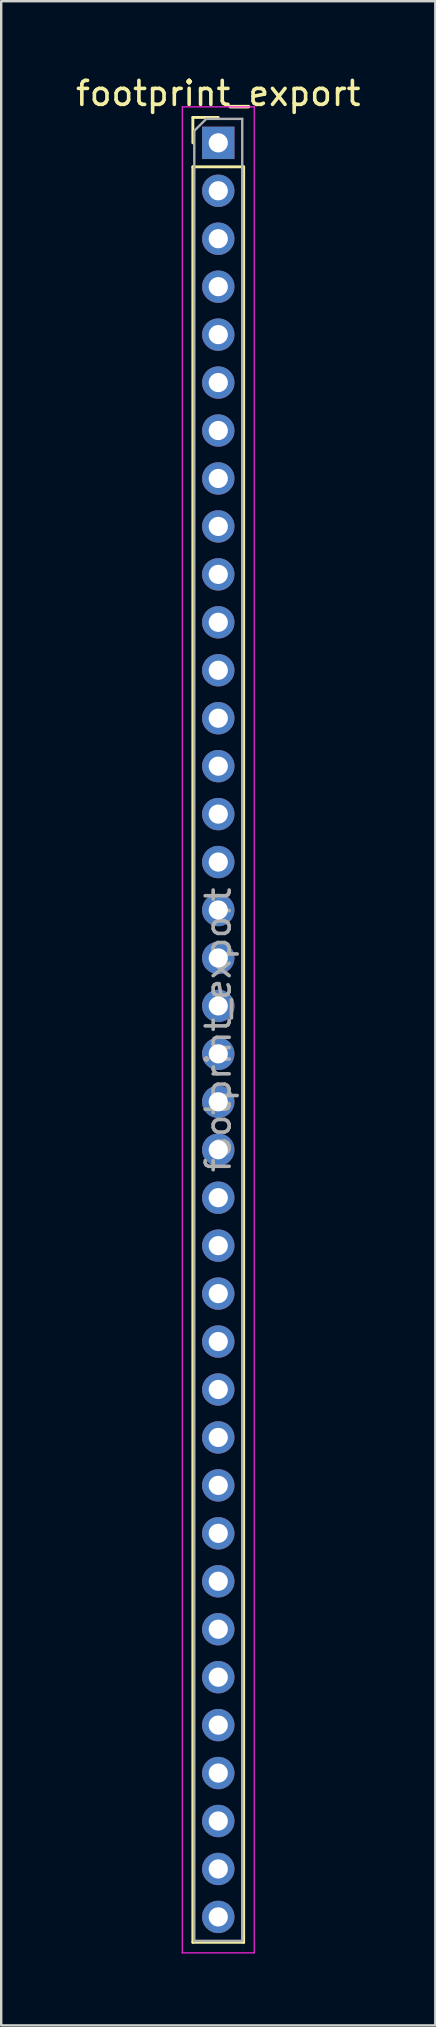
<source format=kicad_pcb>
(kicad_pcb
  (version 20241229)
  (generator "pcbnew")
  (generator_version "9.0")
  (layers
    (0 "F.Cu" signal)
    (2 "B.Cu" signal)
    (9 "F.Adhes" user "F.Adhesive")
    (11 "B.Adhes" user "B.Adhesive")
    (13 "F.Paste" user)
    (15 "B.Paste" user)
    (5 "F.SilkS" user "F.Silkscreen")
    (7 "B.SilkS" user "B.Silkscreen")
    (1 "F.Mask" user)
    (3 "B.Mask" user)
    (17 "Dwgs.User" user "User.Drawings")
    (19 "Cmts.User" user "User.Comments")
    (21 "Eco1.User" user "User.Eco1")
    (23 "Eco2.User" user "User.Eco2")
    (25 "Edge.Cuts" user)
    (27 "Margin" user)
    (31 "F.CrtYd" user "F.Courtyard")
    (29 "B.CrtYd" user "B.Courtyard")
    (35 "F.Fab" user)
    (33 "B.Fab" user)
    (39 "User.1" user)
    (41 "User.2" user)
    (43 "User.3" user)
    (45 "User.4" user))
  (footprint "footprint_export"
    (layer "F.Cu")
    (at 6.054 2.908)
    (property "Reference" "footprint_export" (at 0 -2.06 0) (layer "F.SilkS") (effects (font (size 1 1) (thickness 0.15))))
    (attr through_hole)
    (fp_line (start -1.06 -1.06) (end 0 -1.06) (stroke (width 0.12) (type solid)) (layer "F.SilkS"))
    (fp_line (start -1.06 0) (end -1.06 -1.06) (stroke (width 0.12) (type solid)) (layer "F.SilkS"))
    (fp_line (start -1.06 1) (end -1.06 75.06) (stroke (width 0.12) (type solid)) (layer "F.SilkS"))
    (fp_line (start -1.06 1) (end 1.06 1) (stroke (width 0.12) (type solid)) (layer "F.SilkS"))
    (fp_line (start -1.06 75.06) (end 1.06 75.06) (stroke (width 0.12) (type solid)) (layer "F.SilkS"))
    (fp_line (start 1.06 1) (end 1.06 75.06) (stroke (width 0.12) (type solid)) (layer "F.SilkS"))
    (fp_line (start -1.5 -1.5) (end -1.5 75.5) (stroke (width 0.05) (type solid)) (layer "F.CrtYd"))
    (fp_line (start -1.5 75.5) (end 1.5 75.5) (stroke (width 0.05) (type solid)) (layer "F.CrtYd"))
    (fp_line (start 1.5 -1.5) (end -1.5 -1.5) (stroke (width 0.05) (type solid)) (layer "F.CrtYd"))
    (fp_line (start 1.5 75.5) (end 1.5 -1.5) (stroke (width 0.05) (type solid)) (layer "F.CrtYd"))
    (fp_line (start -1 -0.5) (end -0.5 -1) (stroke (width 0.1) (type solid)) (layer "F.Fab"))
    (fp_line (start -1 75) (end -1 -0.5) (stroke (width 0.1) (type solid)) (layer "F.Fab"))
    (fp_line (start -0.5 -1) (end 1 -1) (stroke (width 0.1) (type solid)) (layer "F.Fab"))
    (fp_line (start 1 -1) (end 1 75) (stroke (width 0.1) (type solid)) (layer "F.Fab"))
    (fp_line (start 1 75) (end -1 75) (stroke (width 0.1) (type solid)) (layer "F.Fab"))
    (fp_text user "${REFERENCE}" (at 0 37 90) (layer "F.Fab") (effects (font (size 1 1) (thickness 0.15))))
    (pad "1" thru_hole rect (at 0 0) (size 1.35 1.35) (drill 0.8) (layers "*.Cu" "*.Mask"))
    (pad "2" thru_hole oval (at 0 2) (size 1.35 1.35) (drill 0.8) (layers "*.Cu" "*.Mask"))
    (pad "3" thru_hole oval (at 0 4) (size 1.35 1.35) (drill 0.8) (layers "*.Cu" "*.Mask"))
    (pad "4" thru_hole oval (at 0 6) (size 1.35 1.35) (drill 0.8) (layers "*.Cu" "*.Mask"))
    (pad "5" thru_hole oval (at 0 8) (size 1.35 1.35) (drill 0.8) (layers "*.Cu" "*.Mask"))
    (pad "6" thru_hole oval (at 0 10) (size 1.35 1.35) (drill 0.8) (layers "*.Cu" "*.Mask"))
    (pad "7" thru_hole oval (at 0 12) (size 1.35 1.35) (drill 0.8) (layers "*.Cu" "*.Mask"))
    (pad "8" thru_hole oval (at 0 14) (size 1.35 1.35) (drill 0.8) (layers "*.Cu" "*.Mask"))
    (pad "9" thru_hole oval (at 0 16) (size 1.35 1.35) (drill 0.8) (layers "*.Cu" "*.Mask"))
    (pad "10" thru_hole oval (at 0 18) (size 1.35 1.35) (drill 0.8) (layers "*.Cu" "*.Mask"))
    (pad "11" thru_hole oval (at 0 20) (size 1.35 1.35) (drill 0.8) (layers "*.Cu" "*.Mask"))
    (pad "12" thru_hole oval (at 0 22) (size 1.35 1.35) (drill 0.8) (layers "*.Cu" "*.Mask"))
    (pad "13" thru_hole oval (at 0 24) (size 1.35 1.35) (drill 0.8) (layers "*.Cu" "*.Mask"))
    (pad "14" thru_hole oval (at 0 26) (size 1.35 1.35) (drill 0.8) (layers "*.Cu" "*.Mask"))
    (pad "15" thru_hole oval (at 0 28) (size 1.35 1.35) (drill 0.8) (layers "*.Cu" "*.Mask"))
    (pad "16" thru_hole oval (at 0 30) (size 1.35 1.35) (drill 0.8) (layers "*.Cu" "*.Mask"))
    (pad "17" thru_hole oval (at 0 32) (size 1.35 1.35) (drill 0.8) (layers "*.Cu" "*.Mask"))
    (pad "18" thru_hole oval (at 0 34) (size 1.35 1.35) (drill 0.8) (layers "*.Cu" "*.Mask"))
    (pad "19" thru_hole oval (at 0 36) (size 1.35 1.35) (drill 0.8) (layers "*.Cu" "*.Mask"))
    (pad "20" thru_hole oval (at 0 38) (size 1.35 1.35) (drill 0.8) (layers "*.Cu" "*.Mask"))
    (pad "21" thru_hole oval (at 0 40) (size 1.35 1.35) (drill 0.8) (layers "*.Cu" "*.Mask"))
    (pad "22" thru_hole oval (at 0 42) (size 1.35 1.35) (drill 0.8) (layers "*.Cu" "*.Mask"))
    (pad "23" thru_hole oval (at 0 44) (size 1.35 1.35) (drill 0.8) (layers "*.Cu" "*.Mask"))
    (pad "24" thru_hole oval (at 0 46) (size 1.35 1.35) (drill 0.8) (layers "*.Cu" "*.Mask"))
    (pad "25" thru_hole oval (at 0 48) (size 1.35 1.35) (drill 0.8) (layers "*.Cu" "*.Mask"))
    (pad "26" thru_hole oval (at 0 50) (size 1.35 1.35) (drill 0.8) (layers "*.Cu" "*.Mask"))
    (pad "27" thru_hole oval (at 0 52) (size 1.35 1.35) (drill 0.8) (layers "*.Cu" "*.Mask"))
    (pad "28" thru_hole oval (at 0 54) (size 1.35 1.35) (drill 0.8) (layers "*.Cu" "*.Mask"))
    (pad "29" thru_hole oval (at 0 56) (size 1.35 1.35) (drill 0.8) (layers "*.Cu" "*.Mask"))
    (pad "30" thru_hole oval (at 0 58) (size 1.35 1.35) (drill 0.8) (layers "*.Cu" "*.Mask"))
    (pad "31" thru_hole oval (at 0 60) (size 1.35 1.35) (drill 0.8) (layers "*.Cu" "*.Mask"))
    (pad "32" thru_hole oval (at 0 62) (size 1.35 1.35) (drill 0.8) (layers "*.Cu" "*.Mask"))
    (pad "33" thru_hole oval (at 0 64) (size 1.35 1.35) (drill 0.8) (layers "*.Cu" "*.Mask"))
    (pad "34" thru_hole oval (at 0 66) (size 1.35 1.35) (drill 0.8) (layers "*.Cu" "*.Mask"))
    (pad "35" thru_hole oval (at 0 68) (size 1.35 1.35) (drill 0.8) (layers "*.Cu" "*.Mask"))
    (pad "36" thru_hole oval (at 0 70) (size 1.35 1.35) (drill 0.8) (layers "*.Cu" "*.Mask"))
    (pad "37" thru_hole oval (at 0 72) (size 1.35 1.35) (drill 0.8) (layers "*.Cu" "*.Mask"))
    (pad "38" thru_hole oval (at 0 74) (size 1.35 1.35) (drill 0.8) (layers "*.Cu" "*.Mask")))
  (gr_rect
    (start -3 -3)
    (end 15.107 81.433)
    (stroke (width 0.1) (type default))
    (fill no)
    (layer "Edge.Cuts")))
</source>
